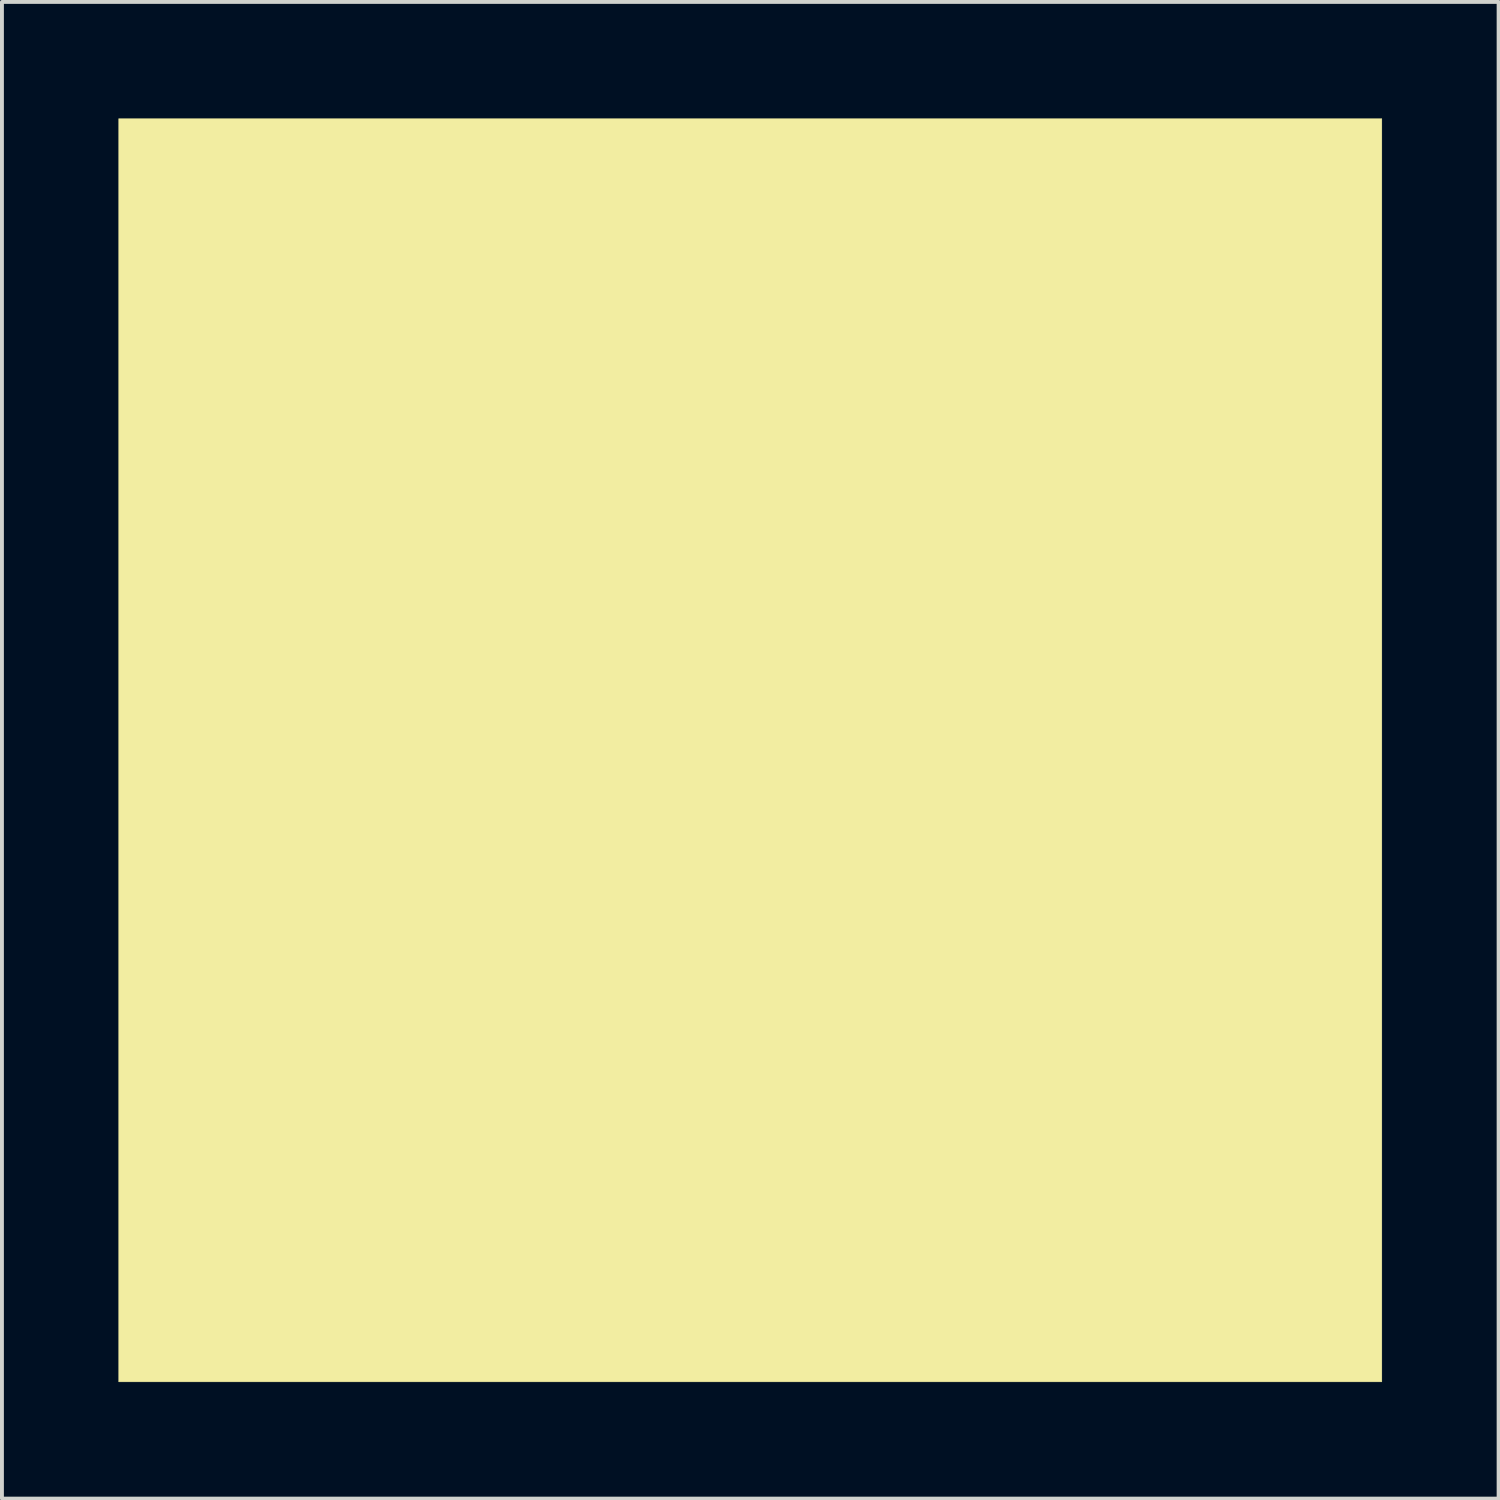
<source format=kicad_pcb>
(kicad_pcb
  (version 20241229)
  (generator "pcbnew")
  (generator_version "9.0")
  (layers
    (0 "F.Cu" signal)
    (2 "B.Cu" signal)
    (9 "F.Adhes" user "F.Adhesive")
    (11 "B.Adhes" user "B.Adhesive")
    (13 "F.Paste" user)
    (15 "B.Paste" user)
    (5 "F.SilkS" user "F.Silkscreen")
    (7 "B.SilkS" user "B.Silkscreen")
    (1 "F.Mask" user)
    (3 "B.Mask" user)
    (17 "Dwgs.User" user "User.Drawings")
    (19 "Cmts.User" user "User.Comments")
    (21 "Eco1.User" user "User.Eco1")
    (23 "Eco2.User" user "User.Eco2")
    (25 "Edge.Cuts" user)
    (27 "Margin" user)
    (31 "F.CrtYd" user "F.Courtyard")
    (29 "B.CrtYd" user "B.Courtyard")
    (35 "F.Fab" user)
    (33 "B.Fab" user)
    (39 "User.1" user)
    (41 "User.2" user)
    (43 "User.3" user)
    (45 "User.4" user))
  (footprint "raspberry_pi_logo2"
    (layer "F.Cu")
    (at 16.261 16.261)
    (property "Reference" "raspberry_pi_logo2" (at 0 0 0) (layer "F.SilkS") (effects (font (size 1.524 1.524) (thickness 0.3))))
    (attr through_hole)
    (fp_poly (pts (xy 16.256 16.256) (xy -16.256 16.256) (xy -16.256 -16.256) (xy 16.256 -16.256) (xy 16.256 16.256)) (stroke (width 0.01) (type solid)) (fill yes) (layer "F.SilkS")))
  (gr_rect
    (start -3 -3)
    (end 35.522 35.522)
    (stroke (width 0.1) (type default))
    (fill no)
    (layer "Edge.Cuts")))
</source>
